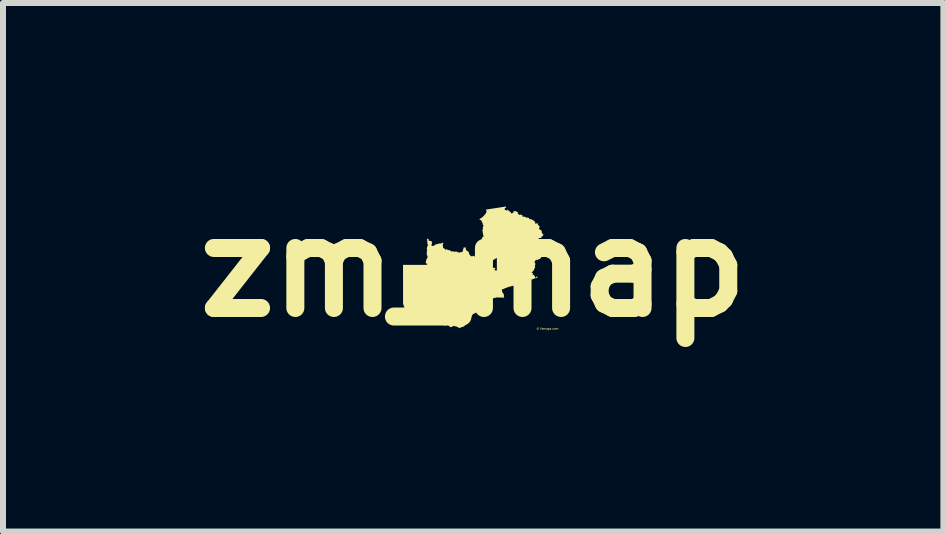
<source format=kicad_pcb>
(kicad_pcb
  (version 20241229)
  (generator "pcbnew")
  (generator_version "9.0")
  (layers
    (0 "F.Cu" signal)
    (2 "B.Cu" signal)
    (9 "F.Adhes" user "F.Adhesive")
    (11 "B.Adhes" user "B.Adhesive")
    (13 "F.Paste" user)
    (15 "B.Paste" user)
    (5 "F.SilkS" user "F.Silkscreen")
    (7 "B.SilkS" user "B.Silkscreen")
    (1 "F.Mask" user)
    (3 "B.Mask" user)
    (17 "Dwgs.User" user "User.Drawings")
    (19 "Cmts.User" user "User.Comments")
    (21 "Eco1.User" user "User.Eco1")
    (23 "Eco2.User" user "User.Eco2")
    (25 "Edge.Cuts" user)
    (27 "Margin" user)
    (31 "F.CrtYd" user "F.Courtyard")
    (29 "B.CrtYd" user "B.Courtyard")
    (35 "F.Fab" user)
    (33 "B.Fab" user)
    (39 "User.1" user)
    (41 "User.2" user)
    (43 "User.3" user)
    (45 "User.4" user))
  (footprint "zm_map"
    (layer "F.Cu")
    (at 4.836 1.404)
    (property "Reference" "zm_map" (at 0 0 0) (layer "F.SilkS") (effects (font (size 1.5 1.5) (thickness 0.3))))
    (attr board_only exclude_from_pos_files exclude_from_bom)
    (fp_poly (pts (xy 1.309 1.036) (xy 1.311 1.037) (xy 1.311 1.039) (xy 1.31 1.041) (xy 1.309 1.041) (xy 1.308 1.042) (xy 1.307 1.042) (xy 1.306 1.041) (xy 1.305 1.039) (xy 1.306 1.037) (xy 1.307 1.036)) (stroke (width 0) (type solid)) (fill yes) (layer "F.SilkS"))
    (fp_poly (pts (xy 1.081 1.012) (xy 1.083 1.013) (xy 1.085 1.015) (xy 1.085 1.017) (xy 1.084 1.019) (xy 1.083 1.019) (xy 1.081 1.018) (xy 1.081 1.017) (xy 1.079 1.016) (xy 1.077 1.015) (xy 1.074 1.015) (xy 1.073 1.016) (xy 1.073 1.017) (xy 1.072 1.019) (xy 1.072 1.023) (xy 1.072 1.026) (xy 1.073 1.028) (xy 1.073 1.029) (xy 1.076 1.03) (xy 1.079 1.029) (xy 1.08 1.027) (xy 1.081 1.027) (xy 1.082 1.025) (xy 1.084 1.025) (xy 1.085 1.026) (xy 1.085 1.027) (xy 1.084 1.03) (xy 1.082 1.032) (xy 1.079 1.034) (xy 1.075 1.034) (xy 1.072 1.033) (xy 1.071 1.033) (xy 1.069 1.03) (xy 1.067 1.026) (xy 1.067 1.021) (xy 1.068 1.017) (xy 1.07 1.014) (xy 1.07 1.013) (xy 1.074 1.012) (xy 1.078 1.011)) (stroke (width 0) (type solid)) (fill yes) (layer "F.SilkS"))
    (fp_poly (pts (xy 1.36 1.013) (xy 1.363 1.014) (xy 1.367 1.017) (xy 1.37 1.021) (xy 1.371 1.026) (xy 1.371 1.031) (xy 1.369 1.036) (xy 1.366 1.039) (xy 1.362 1.041) (xy 1.357 1.042) (xy 1.353 1.041) (xy 1.35 1.039) (xy 1.348 1.036) (xy 1.346 1.032) (xy 1.345 1.03) (xy 1.345 1.026) (xy 1.351 1.026) (xy 1.351 1.03) (xy 1.352 1.033) (xy 1.353 1.035) (xy 1.356 1.037) (xy 1.359 1.037) (xy 1.362 1.036) (xy 1.363 1.035) (xy 1.365 1.032) (xy 1.365 1.029) (xy 1.365 1.025) (xy 1.364 1.021) (xy 1.363 1.019) (xy 1.36 1.017) (xy 1.357 1.017) (xy 1.353 1.019) (xy 1.353 1.019) (xy 1.352 1.022) (xy 1.351 1.026) (xy 1.345 1.026) (xy 1.345 1.025) (xy 1.347 1.02) (xy 1.35 1.016) (xy 1.354 1.013) (xy 1.355 1.013) (xy 1.358 1.012)) (stroke (width 0) (type solid)) (fill yes) (layer "F.SilkS"))
    (fp_poly (pts (xy 1.082 1.004) (xy 1.087 1.006) (xy 1.091 1.01) (xy 1.093 1.014) (xy 1.095 1.02) (xy 1.095 1.022) (xy 1.094 1.028) (xy 1.092 1.033) (xy 1.088 1.037) (xy 1.084 1.04) (xy 1.079 1.042) (xy 1.073 1.042) (xy 1.069 1.04) (xy 1.065 1.037) (xy 1.061 1.033) (xy 1.059 1.027) (xy 1.059 1.022) (xy 1.062 1.022) (xy 1.063 1.027) (xy 1.064 1.031) (xy 1.067 1.034) (xy 1.071 1.037) (xy 1.075 1.038) (xy 1.08 1.038) (xy 1.084 1.036) (xy 1.087 1.034) (xy 1.09 1.03) (xy 1.091 1.025) (xy 1.091 1.02) (xy 1.09 1.015) (xy 1.087 1.011) (xy 1.084 1.009) (xy 1.08 1.007) (xy 1.075 1.007) (xy 1.07 1.008) (xy 1.068 1.01) (xy 1.065 1.013) (xy 1.063 1.018) (xy 1.062 1.022) (xy 1.059 1.022) (xy 1.058 1.022) (xy 1.059 1.016) (xy 1.062 1.011) (xy 1.063 1.01) (xy 1.067 1.006) (xy 1.072 1.004) (xy 1.077 1.003)) (stroke (width 0) (type solid)) (fill yes) (layer "F.SilkS"))
    (fp_poly (pts (xy 1.333 1.013) (xy 1.337 1.015) (xy 1.339 1.017) (xy 1.341 1.019) (xy 1.341 1.021) (xy 1.341 1.022) (xy 1.339 1.023) (xy 1.339 1.023) (xy 1.337 1.023) (xy 1.336 1.022) (xy 1.335 1.02) (xy 1.333 1.018) (xy 1.331 1.017) (xy 1.33 1.017) (xy 1.328 1.018) (xy 1.326 1.019) (xy 1.326 1.019) (xy 1.324 1.022) (xy 1.323 1.026) (xy 1.323 1.03) (xy 1.324 1.033) (xy 1.326 1.036) (xy 1.329 1.037) (xy 1.33 1.037) (xy 1.333 1.037) (xy 1.335 1.035) (xy 1.336 1.034) (xy 1.336 1.034) (xy 1.337 1.032) (xy 1.339 1.032) (xy 1.341 1.033) (xy 1.341 1.034) (xy 1.34 1.037) (xy 1.339 1.038) (xy 1.335 1.041) (xy 1.331 1.042) (xy 1.326 1.041) (xy 1.326 1.041) (xy 1.322 1.039) (xy 1.319 1.035) (xy 1.318 1.03) (xy 1.318 1.025) (xy 1.319 1.021) (xy 1.321 1.017) (xy 1.324 1.015) (xy 1.328 1.013) (xy 1.332 1.013)) (stroke (width 0) (type solid)) (fill yes) (layer "F.SilkS"))
    (fp_poly (pts (xy 1.161 1.013) (xy 1.165 1.016) (xy 1.168 1.02) (xy 1.169 1.024) (xy 1.169 1.026) (xy 1.169 1.029) (xy 1.159 1.029) (xy 1.155 1.029) (xy 1.152 1.029) (xy 1.151 1.029) (xy 1.15 1.03) (xy 1.15 1.031) (xy 1.151 1.031) (xy 1.152 1.034) (xy 1.155 1.036) (xy 1.159 1.037) (xy 1.162 1.036) (xy 1.163 1.035) (xy 1.165 1.034) (xy 1.167 1.035) (xy 1.168 1.036) (xy 1.168 1.036) (xy 1.167 1.038) (xy 1.165 1.04) (xy 1.161 1.041) (xy 1.158 1.042) (xy 1.154 1.041) (xy 1.152 1.041) (xy 1.149 1.038) (xy 1.146 1.034) (xy 1.145 1.029) (xy 1.145 1.028) (xy 1.146 1.024) (xy 1.15 1.024) (xy 1.157 1.024) (xy 1.161 1.024) (xy 1.163 1.024) (xy 1.163 1.023) (xy 1.163 1.022) (xy 1.163 1.022) (xy 1.161 1.019) (xy 1.159 1.017) (xy 1.156 1.017) (xy 1.153 1.019) (xy 1.151 1.021) (xy 1.15 1.024) (xy 1.146 1.024) (xy 1.146 1.022) (xy 1.148 1.018) (xy 1.151 1.014) (xy 1.155 1.013) (xy 1.157 1.013)) (stroke (width 0) (type solid)) (fill yes) (layer "F.SilkS"))
    (fp_poly (pts (xy 1.265 1.013) (xy 1.268 1.015) (xy 1.27 1.018) (xy 1.271 1.022) (xy 1.272 1.027) (xy 1.272 1.031) (xy 1.271 1.035) (xy 1.271 1.036) (xy 1.268 1.039) (xy 1.264 1.041) (xy 1.259 1.042) (xy 1.256 1.041) (xy 1.255 1.04) (xy 1.254 1.041) (xy 1.254 1.043) (xy 1.254 1.046) (xy 1.254 1.052) (xy 1.251 1.052) (xy 1.248 1.052) (xy 1.248 1.033) (xy 1.248 1.027) (xy 1.254 1.027) (xy 1.254 1.031) (xy 1.254 1.034) (xy 1.255 1.035) (xy 1.256 1.036) (xy 1.259 1.037) (xy 1.262 1.036) (xy 1.265 1.035) (xy 1.266 1.032) (xy 1.267 1.029) (xy 1.267 1.025) (xy 1.266 1.022) (xy 1.266 1.021) (xy 1.263 1.018) (xy 1.26 1.017) (xy 1.257 1.018) (xy 1.257 1.018) (xy 1.255 1.019) (xy 1.255 1.02) (xy 1.254 1.021) (xy 1.254 1.024) (xy 1.254 1.027) (xy 1.248 1.027) (xy 1.248 1.013) (xy 1.25 1.013) (xy 1.252 1.013) (xy 1.253 1.014) (xy 1.254 1.014) (xy 1.257 1.014) (xy 1.257 1.013) (xy 1.261 1.012)) (stroke (width 0) (type solid)) (fill yes) (layer "F.SilkS"))
    (fp_poly (pts (xy 1.293 1.014) (xy 1.296 1.016) (xy 1.298 1.018) (xy 1.299 1.02) (xy 1.298 1.022) (xy 1.297 1.022) (xy 1.294 1.021) (xy 1.293 1.02) (xy 1.29 1.018) (xy 1.288 1.017) (xy 1.285 1.018) (xy 1.284 1.019) (xy 1.283 1.02) (xy 1.284 1.022) (xy 1.287 1.024) (xy 1.29 1.025) (xy 1.294 1.026) (xy 1.297 1.028) (xy 1.299 1.031) (xy 1.299 1.034) (xy 1.298 1.037) (xy 1.295 1.04) (xy 1.291 1.042) (xy 1.287 1.042) (xy 1.282 1.041) (xy 1.282 1.041) (xy 1.28 1.039) (xy 1.278 1.037) (xy 1.277 1.035) (xy 1.277 1.033) (xy 1.279 1.032) (xy 1.28 1.032) (xy 1.281 1.032) (xy 1.282 1.033) (xy 1.283 1.035) (xy 1.285 1.036) (xy 1.288 1.037) (xy 1.291 1.037) (xy 1.293 1.036) (xy 1.293 1.035) (xy 1.294 1.033) (xy 1.293 1.032) (xy 1.29 1.03) (xy 1.287 1.029) (xy 1.283 1.027) (xy 1.28 1.025) (xy 1.278 1.022) (xy 1.278 1.02) (xy 1.279 1.017) (xy 1.282 1.014) (xy 1.285 1.013) (xy 1.289 1.013)) (stroke (width 0) (type solid)) (fill yes) (layer "F.SilkS"))
    (fp_poly (pts (xy 1.115 1.003) (xy 1.116 1.004) (xy 1.117 1.005) (xy 1.118 1.007) (xy 1.119 1.01) (xy 1.121 1.015) (xy 1.121 1.017) (xy 1.123 1.023) (xy 1.125 1.027) (xy 1.126 1.03) (xy 1.127 1.032) (xy 1.127 1.033) (xy 1.127 1.033) (xy 1.128 1.033) (xy 1.128 1.032) (xy 1.128 1.031) (xy 1.129 1.028) (xy 1.131 1.024) (xy 1.132 1.019) (xy 1.133 1.017) (xy 1.135 1.012) (xy 1.136 1.008) (xy 1.137 1.006) (xy 1.138 1.004) (xy 1.139 1.003) (xy 1.14 1.003) (xy 1.142 1.003) (xy 1.143 1.004) (xy 1.143 1.006) (xy 1.142 1.008) (xy 1.14 1.012) (xy 1.139 1.017) (xy 1.136 1.023) (xy 1.136 1.023) (xy 1.134 1.029) (xy 1.132 1.034) (xy 1.131 1.037) (xy 1.13 1.039) (xy 1.129 1.04) (xy 1.128 1.041) (xy 1.127 1.041) (xy 1.125 1.041) (xy 1.125 1.04) (xy 1.124 1.039) (xy 1.123 1.037) (xy 1.122 1.033) (xy 1.12 1.028) (xy 1.118 1.023) (xy 1.116 1.018) (xy 1.115 1.013) (xy 1.113 1.009) (xy 1.112 1.006) (xy 1.111 1.004) (xy 1.111 1.003) (xy 1.112 1.003) (xy 1.114 1.003)) (stroke (width 0) (type solid)) (fill yes) (layer "F.SilkS"))
    (fp_poly (pts (xy 1.191 1.013) (xy 1.193 1.015) (xy 1.194 1.015) (xy 1.196 1.015) (xy 1.199 1.014) (xy 1.203 1.013) (xy 1.207 1.013) (xy 1.211 1.015) (xy 1.211 1.016) (xy 1.212 1.017) (xy 1.212 1.018) (xy 1.213 1.02) (xy 1.213 1.023) (xy 1.213 1.028) (xy 1.213 1.03) (xy 1.213 1.041) (xy 1.211 1.041) (xy 1.208 1.041) (xy 1.208 1.031) (xy 1.208 1.026) (xy 1.208 1.022) (xy 1.207 1.02) (xy 1.207 1.019) (xy 1.206 1.019) (xy 1.204 1.017) (xy 1.201 1.017) (xy 1.198 1.019) (xy 1.197 1.02) (xy 1.197 1.022) (xy 1.196 1.024) (xy 1.196 1.028) (xy 1.196 1.031) (xy 1.196 1.041) (xy 1.194 1.041) (xy 1.192 1.041) (xy 1.192 1.041) (xy 1.191 1.039) (xy 1.191 1.037) (xy 1.191 1.033) (xy 1.191 1.031) (xy 1.191 1.025) (xy 1.19 1.021) (xy 1.189 1.019) (xy 1.187 1.017) (xy 1.185 1.017) (xy 1.183 1.017) (xy 1.181 1.019) (xy 1.18 1.021) (xy 1.179 1.024) (xy 1.179 1.03) (xy 1.179 1.031) (xy 1.179 1.041) (xy 1.177 1.041) (xy 1.174 1.041) (xy 1.174 1.027) (xy 1.174 1.013) (xy 1.177 1.013) (xy 1.178 1.013) (xy 1.179 1.014) (xy 1.18 1.014) (xy 1.182 1.014) (xy 1.183 1.013) (xy 1.187 1.013)) (stroke (width 0) (type solid)) (fill yes) (layer "F.SilkS"))
    (fp_poly (pts (xy 1.233 1.013) (xy 1.236 1.013) (xy 1.238 1.015) (xy 1.24 1.017) (xy 1.241 1.021) (xy 1.242 1.026) (xy 1.242 1.032) (xy 1.242 1.036) (xy 1.242 1.039) (xy 1.242 1.04) (xy 1.241 1.041) (xy 1.24 1.041) (xy 1.24 1.041) (xy 1.238 1.041) (xy 1.237 1.04) (xy 1.235 1.04) (xy 1.233 1.041) (xy 1.229 1.042) (xy 1.225 1.041) (xy 1.224 1.041) (xy 1.221 1.039) (xy 1.22 1.036) (xy 1.219 1.033) (xy 1.224 1.033) (xy 1.225 1.034) (xy 1.226 1.036) (xy 1.229 1.037) (xy 1.229 1.037) (xy 1.232 1.037) (xy 1.234 1.035) (xy 1.236 1.033) (xy 1.236 1.031) (xy 1.236 1.029) (xy 1.235 1.028) (xy 1.233 1.028) (xy 1.232 1.028) (xy 1.228 1.029) (xy 1.226 1.03) (xy 1.224 1.032) (xy 1.224 1.033) (xy 1.219 1.033) (xy 1.219 1.032) (xy 1.22 1.029) (xy 1.222 1.027) (xy 1.226 1.025) (xy 1.23 1.024) (xy 1.232 1.024) (xy 1.235 1.024) (xy 1.236 1.023) (xy 1.236 1.022) (xy 1.236 1.022) (xy 1.235 1.019) (xy 1.233 1.018) (xy 1.23 1.017) (xy 1.228 1.018) (xy 1.226 1.019) (xy 1.224 1.021) (xy 1.222 1.021) (xy 1.22 1.02) (xy 1.22 1.019) (xy 1.221 1.017) (xy 1.223 1.015) (xy 1.226 1.013) (xy 1.229 1.013)) (stroke (width 0) (type solid)) (fill yes) (layer "F.SilkS"))
    (fp_poly (pts (xy 1.409 1.013) (xy 1.409 1.013) (xy 1.412 1.014) (xy 1.414 1.016) (xy 1.414 1.016) (xy 1.415 1.018) (xy 1.415 1.022) (xy 1.416 1.026) (xy 1.416 1.03) (xy 1.416 1.041) (xy 1.413 1.041) (xy 1.41 1.041) (xy 1.41 1.03) (xy 1.41 1.025) (xy 1.41 1.022) (xy 1.41 1.02) (xy 1.409 1.019) (xy 1.408 1.018) (xy 1.408 1.018) (xy 1.404 1.017) (xy 1.401 1.018) (xy 1.399 1.02) (xy 1.399 1.021) (xy 1.399 1.023) (xy 1.398 1.026) (xy 1.398 1.031) (xy 1.398 1.032) (xy 1.398 1.036) (xy 1.398 1.039) (xy 1.398 1.04) (xy 1.397 1.041) (xy 1.396 1.041) (xy 1.396 1.041) (xy 1.393 1.041) (xy 1.393 1.031) (xy 1.393 1.026) (xy 1.393 1.022) (xy 1.392 1.02) (xy 1.392 1.019) (xy 1.391 1.019) (xy 1.389 1.017) (xy 1.386 1.017) (xy 1.383 1.019) (xy 1.382 1.02) (xy 1.382 1.022) (xy 1.381 1.024) (xy 1.381 1.028) (xy 1.381 1.031) (xy 1.381 1.041) (xy 1.379 1.041) (xy 1.376 1.041) (xy 1.376 1.027) (xy 1.376 1.013) (xy 1.379 1.013) (xy 1.38 1.013) (xy 1.381 1.014) (xy 1.382 1.014) (xy 1.384 1.014) (xy 1.385 1.013) (xy 1.389 1.012) (xy 1.393 1.013) (xy 1.395 1.015) (xy 1.396 1.015) (xy 1.398 1.015) (xy 1.4 1.014) (xy 1.401 1.014) (xy 1.404 1.013) (xy 1.406 1.012)) (stroke (width 0) (type solid)) (fill yes) (layer "F.SilkS"))
    (fp_poly (pts (xy 0.548 -1.012) (xy 0.548 -1.01) (xy 0.548 -1.008) (xy 0.548 -1.003) (xy 0.548 -0.999) (xy 0.547 -0.997) (xy 0.546 -0.996) (xy 0.545 -0.995) (xy 0.543 -0.994) (xy 0.542 -0.994) (xy 0.536 -0.99) (xy 0.531 -0.986) (xy 0.527 -0.98) (xy 0.524 -0.974) (xy 0.524 -0.969) (xy 0.524 -0.965) (xy 0.525 -0.963) (xy 0.526 -0.962) (xy 0.529 -0.959) (xy 0.529 -0.957) (xy 0.53 -0.955) (xy 0.532 -0.954) (xy 0.535 -0.954) (xy 0.538 -0.955) (xy 0.542 -0.956) (xy 0.544 -0.957) (xy 0.546 -0.957) (xy 0.547 -0.956) (xy 0.548 -0.956) (xy 0.549 -0.954) (xy 0.549 -0.951) (xy 0.547 -0.947) (xy 0.545 -0.944) (xy 0.544 -0.943) (xy 0.542 -0.941) (xy 0.541 -0.94) (xy 0.542 -0.94) (xy 0.543 -0.94) (xy 0.546 -0.941) (xy 0.551 -0.943) (xy 0.555 -0.945) (xy 0.559 -0.948) (xy 0.561 -0.95) (xy 0.563 -0.952) (xy 0.564 -0.954) (xy 0.565 -0.954) (xy 0.564 -0.955) (xy 0.563 -0.955) (xy 0.561 -0.956) (xy 0.561 -0.958) (xy 0.562 -0.959) (xy 0.562 -0.96) (xy 0.563 -0.96) (xy 0.565 -0.96) (xy 0.567 -0.96) (xy 0.572 -0.96) (xy 0.572 -0.956) (xy 0.572 -0.953) (xy 0.572 -0.952) (xy 0.574 -0.951) (xy 0.575 -0.951) (xy 0.577 -0.95) (xy 0.579 -0.948) (xy 0.58 -0.946) (xy 0.582 -0.945) (xy 0.584 -0.945) (xy 0.587 -0.945) (xy 0.59 -0.945) (xy 0.592 -0.944) (xy 0.594 -0.943) (xy 0.595 -0.942) (xy 0.598 -0.939) (xy 0.601 -0.936) (xy 0.602 -0.935) (xy 0.605 -0.933) (xy 0.608 -0.93) (xy 0.612 -0.927) (xy 0.612 -0.927) (xy 0.615 -0.924) (xy 0.618 -0.919) (xy 0.623 -0.915) (xy 0.627 -0.91) (xy 0.628 -0.91) (xy 0.631 -0.906) (xy 0.634 -0.902) (xy 0.637 -0.899) (xy 0.638 -0.898) (xy 0.638 -0.897) (xy 0.64 -0.896) (xy 0.643 -0.896) (xy 0.647 -0.898) (xy 0.65 -0.899) (xy 0.653 -0.901) (xy 0.655 -0.903) (xy 0.655 -0.905) (xy 0.655 -0.905) (xy 0.656 -0.907) (xy 0.657 -0.908) (xy 0.658 -0.909) (xy 0.66 -0.911) (xy 0.66 -0.911) (xy 0.662 -0.913) (xy 0.664 -0.914) (xy 0.665 -0.913) (xy 0.665 -0.912) (xy 0.667 -0.91) (xy 0.668 -0.908) (xy 0.67 -0.907) (xy 0.671 -0.907) (xy 0.672 -0.908) (xy 0.673 -0.912) (xy 0.674 -0.917) (xy 0.673 -0.921) (xy 0.672 -0.924) (xy 0.672 -0.926) (xy 0.673 -0.927) (xy 0.674 -0.931) (xy 0.673 -0.933) (xy 0.671 -0.935) (xy 0.668 -0.936) (xy 0.668 -0.938) (xy 0.669 -0.939) (xy 0.672 -0.94) (xy 0.674 -0.94) (xy 0.676 -0.939) (xy 0.679 -0.937) (xy 0.68 -0.936) (xy 0.683 -0.933) (xy 0.685 -0.932) (xy 0.686 -0.932) (xy 0.687 -0.932) (xy 0.69 -0.933) (xy 0.693 -0.934) (xy 0.697 -0.936) (xy 0.701 -0.937) (xy 0.703 -0.938) (xy 0.703 -0.938) (xy 0.706 -0.938) (xy 0.707 -0.937) (xy 0.708 -0.935) (xy 0.709 -0.932) (xy 0.711 -0.931) (xy 0.715 -0.93) (xy 0.715 -0.93) (xy 0.719 -0.93) (xy 0.722 -0.928) (xy 0.726 -0.926) (xy 0.727 -0.924) (xy 0.731 -0.921) (xy 0.734 -0.92) (xy 0.738 -0.919) (xy 0.741 -0.917) (xy 0.742 -0.914) (xy 0.743 -0.911) (xy 0.744 -0.905) (xy 0.744 -0.905) (xy 0.745 -0.9) (xy 0.745 -0.896) (xy 0.747 -0.893) (xy 0.749 -0.89) (xy 0.751 -0.887) (xy 0.756 -0.884) (xy 0.76 -0.88) (xy 0.765 -0.876) (xy 0.769 -0.874) (xy 0.772 -0.872) (xy 0.775 -0.872) (xy 0.779 -0.873) (xy 0.782 -0.874) (xy 0.783 -0.875) (xy 0.787 -0.876) (xy 0.79 -0.877) (xy 0.792 -0.877) (xy 0.795 -0.876) (xy 0.798 -0.875) (xy 0.802 -0.874) (xy 0.807 -0.873) (xy 0.812 -0.872) (xy 0.816 -0.871) (xy 0.819 -0.87) (xy 0.821 -0.869) (xy 0.822 -0.869) (xy 0.822 -0.868) (xy 0.821 -0.865) (xy 0.82 -0.864) (xy 0.818 -0.859) (xy 0.818 -0.853) (xy 0.82 -0.847) (xy 0.822 -0.844) (xy 0.824 -0.843) (xy 0.826 -0.842) (xy 0.829 -0.841) (xy 0.831 -0.841) (xy 0.834 -0.842) (xy 0.835 -0.843) (xy 0.839 -0.845) (xy 0.843 -0.846) (xy 0.846 -0.845) (xy 0.849 -0.844) (xy 0.853 -0.842) (xy 0.858 -0.842) (xy 0.861 -0.842) (xy 0.863 -0.842) (xy 0.864 -0.841) (xy 0.867 -0.839) (xy 0.869 -0.837) (xy 0.872 -0.834) (xy 0.875 -0.831) (xy 0.877 -0.83) (xy 0.88 -0.829) (xy 0.884 -0.828) (xy 0.889 -0.828) (xy 0.895 -0.828) (xy 0.897 -0.828) (xy 0.906 -0.828) (xy 0.912 -0.827) (xy 0.918 -0.826) (xy 0.922 -0.825) (xy 0.925 -0.822) (xy 0.928 -0.819) (xy 0.93 -0.815) (xy 0.932 -0.812) (xy 0.934 -0.808) (xy 0.936 -0.805) (xy 0.937 -0.804) (xy 0.94 -0.803) (xy 0.944 -0.803) (xy 0.949 -0.802) (xy 0.954 -0.801) (xy 0.96 -0.8) (xy 0.965 -0.799) (xy 0.969 -0.798) (xy 0.972 -0.798) (xy 0.972 -0.798) (xy 0.977 -0.797) (xy 0.981 -0.795) (xy 0.984 -0.79) (xy 0.984 -0.79) (xy 0.985 -0.788) (xy 0.987 -0.787) (xy 0.988 -0.787) (xy 0.991 -0.786) (xy 0.994 -0.785) (xy 0.996 -0.784) (xy 0.999 -0.782) (xy 1.003 -0.78) (xy 1.008 -0.778) (xy 1.009 -0.777) (xy 1.019 -0.774) (xy 1.019 -0.767) (xy 1.02 -0.762) (xy 1.02 -0.759) (xy 1.021 -0.758) (xy 1.023 -0.757) (xy 1.024 -0.758) (xy 1.027 -0.757) (xy 1.03 -0.756) (xy 1.03 -0.756) (xy 1.032 -0.753) (xy 1.033 -0.751) (xy 1.033 -0.748) (xy 1.032 -0.743) (xy 1.031 -0.741) (xy 1.031 -0.736) (xy 1.031 -0.732) (xy 1.032 -0.729) (xy 1.034 -0.728) (xy 1.036 -0.728) (xy 1.037 -0.729) (xy 1.041 -0.73) (xy 1.043 -0.73) (xy 1.045 -0.728) (xy 1.045 -0.727) (xy 1.046 -0.724) (xy 1.047 -0.723) (xy 1.047 -0.723) (xy 1.049 -0.722) (xy 1.051 -0.723) (xy 1.052 -0.726) (xy 1.052 -0.728) (xy 1.053 -0.732) (xy 1.054 -0.735) (xy 1.055 -0.736) (xy 1.057 -0.735) (xy 1.057 -0.735) (xy 1.059 -0.734) (xy 1.063 -0.734) (xy 1.065 -0.734) (xy 1.07 -0.733) (xy 1.073 -0.731) (xy 1.075 -0.728) (xy 1.076 -0.725) (xy 1.078 -0.722) (xy 1.078 -0.72) (xy 1.077 -0.718) (xy 1.076 -0.714) (xy 1.076 -0.711) (xy 1.078 -0.709) (xy 1.081 -0.706) (xy 1.084 -0.704) (xy 1.086 -0.701) (xy 1.087 -0.699) (xy 1.09 -0.694) (xy 1.095 -0.691) (xy 1.098 -0.69) (xy 1.101 -0.689) (xy 1.102 -0.687) (xy 1.104 -0.685) (xy 1.105 -0.683) (xy 1.107 -0.678) (xy 1.107 -0.674) (xy 1.106 -0.67) (xy 1.104 -0.665) (xy 1.104 -0.664) (xy 1.1 -0.657) (xy 1.097 -0.65) (xy 1.096 -0.644) (xy 1.096 -0.643) (xy 1.096 -0.64) (xy 1.097 -0.638) (xy 1.098 -0.637) (xy 1.101 -0.635) (xy 1.105 -0.633) (xy 1.107 -0.632) (xy 1.115 -0.627) (xy 1.12 -0.624) (xy 1.123 -0.621) (xy 1.126 -0.619) (xy 1.128 -0.618) (xy 1.128 -0.618) (xy 1.13 -0.617) (xy 1.132 -0.615) (xy 1.135 -0.612) (xy 1.136 -0.611) (xy 1.142 -0.606) (xy 1.141 -0.594) (xy 1.141 -0.589) (xy 1.141 -0.586) (xy 1.142 -0.583) (xy 1.142 -0.581) (xy 1.143 -0.578) (xy 1.144 -0.576) (xy 1.147 -0.572) (xy 1.149 -0.568) (xy 1.151 -0.565) (xy 1.152 -0.565) (xy 1.154 -0.562) (xy 1.157 -0.558) (xy 1.157 -0.556) (xy 1.16 -0.552) (xy 1.162 -0.549) (xy 1.165 -0.548) (xy 1.166 -0.548) (xy 1.167 -0.548) (xy 1.168 -0.547) (xy 1.168 -0.545) (xy 1.168 -0.542) (xy 1.169 -0.541) (xy 1.169 -0.537) (xy 1.168 -0.534) (xy 1.167 -0.531) (xy 1.164 -0.528) (xy 1.16 -0.525) (xy 1.158 -0.523) (xy 1.154 -0.521) (xy 1.151 -0.518) (xy 1.147 -0.515) (xy 1.144 -0.512) (xy 1.142 -0.509) (xy 1.14 -0.507) (xy 1.14 -0.507) (xy 1.14 -0.505) (xy 1.139 -0.503) (xy 1.138 -0.501) (xy 1.135 -0.497) (xy 1.133 -0.495) (xy 1.132 -0.494) (xy 1.129 -0.492) (xy 1.126 -0.49) (xy 1.126 -0.49) (xy 1.124 -0.489) (xy 1.122 -0.488) (xy 1.119 -0.488) (xy 1.116 -0.488) (xy 1.111 -0.489) (xy 1.105 -0.488) (xy 1.1 -0.486) (xy 1.097 -0.484) (xy 1.096 -0.483) (xy 1.094 -0.481) (xy 1.092 -0.478) (xy 1.09 -0.476) (xy 1.087 -0.476) (xy 1.087 -0.476) (xy 1.084 -0.476) (xy 1.083 -0.475) (xy 1.082 -0.474) (xy 1.081 -0.472) (xy 1.082 -0.47) (xy 1.085 -0.469) (xy 1.086 -0.469) (xy 1.088 -0.468) (xy 1.09 -0.467) (xy 1.091 -0.465) (xy 1.092 -0.462) (xy 1.093 -0.457) (xy 1.093 -0.455) (xy 1.095 -0.446) (xy 1.097 -0.439) (xy 1.101 -0.432) (xy 1.103 -0.431) (xy 1.106 -0.427) (xy 1.108 -0.423) (xy 1.11 -0.421) (xy 1.112 -0.418) (xy 1.112 -0.416) (xy 1.112 -0.414) (xy 1.112 -0.412) (xy 1.111 -0.411) (xy 1.11 -0.408) (xy 1.108 -0.404) (xy 1.106 -0.4) (xy 1.103 -0.395) (xy 1.102 -0.393) (xy 1.098 -0.387) (xy 1.096 -0.383) (xy 1.095 -0.38) (xy 1.095 -0.379) (xy 1.094 -0.377) (xy 1.093 -0.376) (xy 1.091 -0.374) (xy 1.089 -0.373) (xy 1.089 -0.37) (xy 1.089 -0.368) (xy 1.089 -0.365) (xy 1.088 -0.363) (xy 1.086 -0.364) (xy 1.085 -0.365) (xy 1.083 -0.366) (xy 1.082 -0.366) (xy 1.082 -0.364) (xy 1.081 -0.361) (xy 1.081 -0.356) (xy 1.081 -0.354) (xy 1.081 -0.348) (xy 1.081 -0.345) (xy 1.081 -0.342) (xy 1.08 -0.34) (xy 1.079 -0.338) (xy 1.078 -0.335) (xy 1.078 -0.333) (xy 1.078 -0.333) (xy 1.08 -0.332) (xy 1.082 -0.332) (xy 1.085 -0.332) (xy 1.088 -0.331) (xy 1.09 -0.331) (xy 1.092 -0.33) (xy 1.094 -0.328) (xy 1.095 -0.326) (xy 1.095 -0.322) (xy 1.096 -0.316) (xy 1.096 -0.309) (xy 1.097 -0.302) (xy 1.097 -0.296) (xy 1.097 -0.291) (xy 1.097 -0.287) (xy 1.097 -0.285) (xy 1.096 -0.282) (xy 1.096 -0.28) (xy 1.095 -0.277) (xy 1.094 -0.275) (xy 1.095 -0.273) (xy 1.096 -0.271) (xy 1.097 -0.268) (xy 1.097 -0.265) (xy 1.097 -0.264) (xy 1.094 -0.252) (xy 1.09 -0.241) (xy 1.089 -0.239) (xy 1.087 -0.233) (xy 1.086 -0.228) (xy 1.085 -0.223) (xy 1.085 -0.216) (xy 1.089 -0.211) (xy 1.092 -0.208) (xy 1.094 -0.206) (xy 1.095 -0.203) (xy 1.096 -0.2) (xy 1.098 -0.196) (xy 1.098 -0.193) (xy 1.1 -0.186) (xy 1.103 -0.182) (xy 1.105 -0.178) (xy 1.108 -0.177) (xy 1.112 -0.176) (xy 1.116 -0.177) (xy 1.119 -0.178) (xy 1.123 -0.179) (xy 1.125 -0.18) (xy 1.127 -0.179) (xy 1.13 -0.179) (xy 1.131 -0.179) (xy 1.134 -0.178) (xy 1.137 -0.177) (xy 1.138 -0.177) (xy 1.139 -0.177) (xy 1.14 -0.175) (xy 1.14 -0.174) (xy 1.139 -0.17) (xy 1.137 -0.167) (xy 1.135 -0.167) (xy 1.133 -0.165) (xy 1.132 -0.163) (xy 1.13 -0.161) (xy 1.129 -0.161) (xy 1.128 -0.161) (xy 1.127 -0.159) (xy 1.127 -0.158) (xy 1.126 -0.155) (xy 1.125 -0.152) (xy 1.122 -0.151) (xy 1.122 -0.151) (xy 1.121 -0.15) (xy 1.119 -0.148) (xy 1.116 -0.146) (xy 1.114 -0.144) (xy 1.109 -0.139) (xy 1.106 -0.137) (xy 1.103 -0.135) (xy 1.1 -0.135) (xy 1.098 -0.136) (xy 1.092 -0.137) (xy 1.088 -0.137) (xy 1.085 -0.134) (xy 1.083 -0.131) (xy 1.079 -0.126) (xy 1.076 -0.123) (xy 1.073 -0.122) (xy 1.071 -0.12) (xy 1.071 -0.119) (xy 1.069 -0.118) (xy 1.067 -0.119) (xy 1.065 -0.121) (xy 1.065 -0.121) (xy 1.062 -0.124) (xy 1.059 -0.125) (xy 1.056 -0.124) (xy 1.054 -0.123) (xy 1.051 -0.121) (xy 1.049 -0.123) (xy 1.047 -0.125) (xy 1.046 -0.125) (xy 1.044 -0.124) (xy 1.043 -0.122) (xy 1.04 -0.119) (xy 1.038 -0.115) (xy 1.037 -0.114) (xy 1.035 -0.11) (xy 1.032 -0.105) (xy 1.03 -0.102) (xy 1.029 -0.101) (xy 1.026 -0.096) (xy 1.025 -0.093) (xy 1.024 -0.089) (xy 1.023 -0.085) (xy 1.024 -0.08) (xy 1.024 -0.076) (xy 1.025 -0.073) (xy 1.025 -0.071) (xy 1.026 -0.07) (xy 1.028 -0.069) (xy 1.031 -0.066) (xy 1.033 -0.064) (xy 1.035 -0.062) (xy 1.037 -0.06) (xy 1.037 -0.057) (xy 1.037 -0.056) (xy 1.037 -0.053) (xy 1.035 -0.049) (xy 1.034 -0.045) (xy 1.033 -0.042) (xy 1.031 -0.037) (xy 1.03 -0.032) (xy 1.029 -0.026) (xy 1.028 -0.012) (xy 1.031 -0.006) (xy 1.033 -0.002) (xy 1.034 0.001) (xy 1.034 0.002) (xy 1.034 0.003) (xy 1.033 0.004) (xy 1.031 0.005) (xy 1.03 0.005) (xy 1.027 0.007) (xy 1.024 0.01) (xy 1.021 0.015) (xy 1.019 0.021) (xy 1.017 0.029) (xy 1.016 0.033) (xy 1.014 0.04) (xy 1.012 0.045) (xy 1.011 0.048) (xy 1.009 0.051) (xy 1.007 0.052) (xy 1.004 0.054) (xy 1.001 0.055) (xy 0.999 0.057) (xy 0.998 0.06) (xy 0.998 0.064) (xy 0.997 0.067) (xy 0.995 0.07) (xy 0.992 0.071) (xy 0.991 0.071) (xy 0.988 0.072) (xy 0.985 0.073) (xy 0.984 0.075) (xy 0.981 0.077) (xy 0.978 0.078) (xy 0.976 0.078) (xy 0.974 0.078) (xy 0.971 0.078) (xy 0.969 0.078) (xy 0.968 0.079) (xy 0.968 0.08) (xy 0.968 0.083) (xy 0.969 0.086) (xy 0.971 0.088) (xy 0.972 0.089) (xy 0.974 0.09) (xy 0.977 0.09) (xy 0.979 0.09) (xy 0.983 0.091) (xy 0.987 0.092) (xy 0.99 0.095) (xy 0.993 0.099) (xy 0.996 0.103) (xy 0.997 0.106) (xy 0.996 0.108) (xy 0.994 0.11) (xy 0.993 0.11) (xy 0.99 0.112) (xy 0.988 0.113) (xy 0.987 0.115) (xy 0.987 0.117) (xy 0.987 0.118) (xy 0.988 0.12) (xy 0.991 0.121) (xy 0.994 0.122) (xy 0.999 0.123) (xy 1.001 0.124) (xy 1.004 0.125) (xy 1.007 0.126) (xy 1.009 0.129) (xy 1.012 0.132) (xy 1.015 0.136) (xy 1.018 0.138) (xy 1.019 0.141) (xy 1.02 0.143) (xy 1.021 0.147) (xy 1.022 0.15) (xy 1.023 0.151) (xy 1.024 0.151) (xy 1.027 0.151) (xy 1.028 0.152) (xy 1.029 0.154) (xy 1.029 0.158) (xy 1.03 0.161) (xy 1.03 0.166) (xy 1.03 0.168) (xy 1.03 0.17) (xy 1.031 0.172) (xy 1.032 0.172) (xy 1.034 0.174) (xy 1.036 0.175) (xy 1.036 0.175) (xy 1.037 0.174) (xy 1.039 0.172) (xy 1.042 0.169) (xy 1.042 0.168) (xy 1.045 0.165) (xy 1.047 0.162) (xy 1.049 0.161) (xy 1.052 0.16) (xy 1.052 0.159) (xy 1.056 0.158) (xy 1.058 0.156) (xy 1.059 0.154) (xy 1.061 0.152) (xy 1.062 0.151) (xy 1.062 0.151) (xy 1.064 0.151) (xy 1.064 0.151) (xy 1.065 0.152) (xy 1.066 0.154) (xy 1.068 0.156) (xy 1.07 0.16) (xy 1.072 0.163) (xy 1.073 0.165) (xy 1.074 0.167) (xy 1.075 0.168) (xy 1.075 0.169) (xy 1.074 0.169) (xy 1.071 0.17) (xy 1.067 0.171) (xy 1.061 0.173) (xy 1.054 0.176) (xy 1.046 0.179) (xy 1.036 0.182) (xy 1.026 0.185) (xy 1.016 0.189) (xy 1.004 0.193) (xy 0.992 0.197) (xy 0.98 0.201) (xy 0.968 0.206) (xy 0.956 0.21) (xy 0.944 0.214) (xy 0.932 0.218) (xy 0.921 0.222) (xy 0.913 0.224) (xy 0.907 0.227) (xy 0.901 0.229) (xy 0.895 0.231) (xy 0.89 0.232) (xy 0.889 0.233) (xy 0.884 0.234) (xy 0.879 0.236) (xy 0.874 0.237) (xy 0.874 0.237) (xy 0.865 0.239) (xy 0.858 0.241) (xy 0.851 0.243) (xy 0.85 0.244) (xy 0.847 0.245) (xy 0.843 0.247) (xy 0.838 0.249) (xy 0.832 0.251) (xy 0.824 0.254) (xy 0.816 0.256) (xy 0.807 0.259) (xy 0.805 0.26) (xy 0.795 0.263) (xy 0.787 0.266) (xy 0.78 0.269) (xy 0.775 0.271) (xy 0.77 0.273) (xy 0.765 0.274) (xy 0.761 0.276) (xy 0.757 0.278) (xy 0.753 0.28) (xy 0.75 0.282) (xy 0.744 0.285) (xy 0.738 0.288) (xy 0.732 0.291) (xy 0.727 0.293) (xy 0.724 0.294) (xy 0.722 0.295) (xy 0.717 0.296) (xy 0.712 0.297) (xy 0.705 0.299) (xy 0.697 0.301) (xy 0.689 0.303) (xy 0.68 0.305) (xy 0.672 0.308) (xy 0.664 0.309) (xy 0.656 0.311) (xy 0.649 0.313) (xy 0.643 0.314) (xy 0.642 0.314) (xy 0.63 0.317) (xy 0.619 0.32) (xy 0.609 0.322) (xy 0.599 0.325) (xy 0.589 0.328) (xy 0.578 0.332) (xy 0.566 0.336) (xy 0.565 0.337) (xy 0.551 0.342) (xy 0.538 0.347) (xy 0.526 0.352) (xy 0.516 0.357) (xy 0.516 0.357) (xy 0.509 0.36) (xy 0.504 0.362) (xy 0.501 0.364) (xy 0.497 0.365) (xy 0.495 0.366) (xy 0.492 0.366) (xy 0.488 0.367) (xy 0.488 0.367) (xy 0.484 0.367) (xy 0.481 0.368) (xy 0.479 0.368) (xy 0.478 0.368) (xy 0.478 0.369) (xy 0.478 0.372) (xy 0.479 0.376) (xy 0.479 0.381) (xy 0.479 0.381) (xy 0.48 0.389) (xy 0.481 0.395) (xy 0.482 0.403) (xy 0.484 0.407) (xy 0.486 0.414) (xy 0.488 0.42) (xy 0.49 0.424) (xy 0.492 0.428) (xy 0.494 0.43) (xy 0.497 0.433) (xy 0.498 0.433) (xy 0.502 0.436) (xy 0.505 0.44) (xy 0.507 0.444) (xy 0.508 0.449) (xy 0.509 0.456) (xy 0.509 0.461) (xy 0.51 0.465) (xy 0.511 0.467) (xy 0.511 0.468) (xy 0.513 0.47) (xy 0.513 0.473) (xy 0.512 0.477) (xy 0.511 0.479) (xy 0.509 0.483) (xy 0.508 0.486) (xy 0.509 0.489) (xy 0.511 0.492) (xy 0.512 0.492) (xy 0.514 0.495) (xy 0.516 0.498) (xy 0.517 0.5) (xy 0.517 0.502) (xy 0.516 0.503) (xy 0.515 0.504) (xy 0.512 0.505) (xy 0.508 0.506) (xy 0.505 0.508) (xy 0.503 0.508) (xy 0.503 0.508) (xy 0.501 0.508) (xy 0.498 0.507) (xy 0.495 0.506) (xy 0.49 0.504) (xy 0.486 0.503) (xy 0.484 0.504) (xy 0.483 0.504) (xy 0.481 0.506) (xy 0.479 0.507) (xy 0.477 0.508) (xy 0.475 0.507) (xy 0.473 0.506) (xy 0.472 0.506) (xy 0.467 0.503) (xy 0.461 0.502) (xy 0.455 0.503) (xy 0.449 0.504) (xy 0.442 0.505) (xy 0.435 0.506) (xy 0.428 0.505) (xy 0.421 0.504) (xy 0.414 0.502) (xy 0.408 0.501) (xy 0.404 0.5) (xy 0.4 0.501) (xy 0.396 0.502) (xy 0.395 0.502) (xy 0.391 0.504) (xy 0.388 0.505) (xy 0.387 0.505) (xy 0.385 0.505) (xy 0.382 0.506) (xy 0.378 0.507) (xy 0.377 0.508) (xy 0.372 0.509) (xy 0.368 0.51) (xy 0.364 0.51) (xy 0.359 0.51) (xy 0.355 0.51) (xy 0.348 0.509) (xy 0.343 0.513) (xy 0.341 0.515) (xy 0.339 0.517) (xy 0.336 0.518) (xy 0.333 0.518) (xy 0.329 0.519) (xy 0.324 0.52) (xy 0.324 0.52) (xy 0.321 0.52) (xy 0.319 0.52) (xy 0.316 0.521) (xy 0.312 0.523) (xy 0.308 0.525) (xy 0.302 0.527) (xy 0.295 0.53) (xy 0.287 0.534) (xy 0.281 0.537) (xy 0.277 0.539) (xy 0.273 0.541) (xy 0.271 0.543) (xy 0.269 0.545) (xy 0.266 0.547) (xy 0.262 0.55) (xy 0.26 0.551) (xy 0.255 0.554) (xy 0.251 0.558) (xy 0.247 0.564) (xy 0.245 0.566) (xy 0.244 0.568) (xy 0.241 0.569) (xy 0.238 0.57) (xy 0.233 0.57) (xy 0.233 0.57) (xy 0.229 0.57) (xy 0.225 0.571) (xy 0.224 0.571) (xy 0.221 0.573) (xy 0.218 0.576) (xy 0.214 0.58) (xy 0.211 0.584) (xy 0.208 0.588) (xy 0.207 0.59) (xy 0.206 0.592) (xy 0.207 0.594) (xy 0.208 0.595) (xy 0.208 0.597) (xy 0.209 0.599) (xy 0.208 0.601) (xy 0.208 0.604) (xy 0.207 0.605) (xy 0.206 0.611) (xy 0.205 0.616) (xy 0.205 0.619) (xy 0.205 0.622) (xy 0.205 0.623) (xy 0.206 0.624) (xy 0.206 0.626) (xy 0.207 0.628) (xy 0.206 0.63) (xy 0.206 0.633) (xy 0.204 0.637) (xy 0.202 0.643) (xy 0.204 0.649) (xy 0.205 0.654) (xy 0.206 0.658) (xy 0.205 0.661) (xy 0.204 0.665) (xy 0.203 0.666) (xy 0.201 0.67) (xy 0.2 0.673) (xy 0.2 0.674) (xy 0.2 0.676) (xy 0.198 0.678) (xy 0.196 0.681) (xy 0.193 0.684) (xy 0.19 0.687) (xy 0.181 0.697) (xy 0.173 0.697) (xy 0.169 0.698) (xy 0.165 0.698) (xy 0.161 0.7) (xy 0.156 0.701) (xy 0.151 0.704) (xy 0.145 0.706) (xy 0.139 0.708) (xy 0.131 0.711) (xy 0.124 0.714) (xy 0.116 0.717) (xy 0.114 0.718) (xy 0.105 0.721) (xy 0.099 0.724) (xy 0.093 0.727) (xy 0.088 0.729) (xy 0.084 0.732) (xy 0.08 0.735) (xy 0.075 0.738) (xy 0.07 0.742) (xy 0.069 0.744) (xy 0.065 0.746) (xy 0.062 0.749) (xy 0.06 0.75) (xy 0.057 0.752) (xy 0.054 0.754) (xy 0.05 0.756) (xy 0.045 0.758) (xy 0.039 0.761) (xy 0.034 0.763) (xy 0.024 0.767) (xy 0.017 0.77) (xy 0.011 0.773) (xy 0.006 0.776) (xy 0.002 0.778) (xy -0.001 0.78) (xy -0.003 0.782) (xy -0.006 0.784) (xy -0.006 0.784) (xy -0.007 0.786) (xy -0.01 0.79) (xy -0.013 0.794) (xy -0.017 0.8) (xy -0.021 0.806) (xy -0.025 0.811) (xy -0.029 0.817) (xy -0.032 0.823) (xy -0.035 0.827) (xy -0.037 0.831) (xy -0.038 0.834) (xy -0.039 0.834) (xy -0.04 0.836) (xy -0.041 0.84) (xy -0.042 0.845) (xy -0.042 0.845) (xy -0.044 0.851) (xy -0.046 0.856) (xy -0.048 0.861) (xy -0.051 0.865) (xy -0.056 0.87) (xy -0.061 0.875) (xy -0.061 0.876) (xy -0.072 0.886) (xy -0.082 0.896) (xy -0.09 0.904) (xy -0.099 0.913) (xy -0.105 0.919) (xy -0.109 0.924) (xy -0.115 0.93) (xy -0.12 0.935) (xy -0.125 0.94) (xy -0.126 0.942) (xy -0.136 0.952) (xy -0.136 0.959) (xy -0.136 0.966) (xy -0.141 0.972) (xy -0.145 0.977) (xy -0.15 0.981) (xy -0.154 0.985) (xy -0.157 0.988) (xy -0.159 0.988) (xy -0.161 0.989) (xy -0.165 0.99) (xy -0.168 0.991) (xy -0.174 0.992) (xy -0.178 0.994) (xy -0.183 0.996) (xy -0.186 0.996) (xy -0.189 0.996) (xy -0.194 0.998) (xy -0.199 1) (xy -0.203 1.002) (xy -0.207 1.003) (xy -0.21 1.004) (xy -0.211 1.005) (xy -0.215 1.006) (xy -0.219 1.008) (xy -0.219 1.008) (xy -0.221 1.011) (xy -0.224 1.012) (xy -0.225 1.012) (xy -0.226 1.012) (xy -0.23 1.012) (xy -0.233 1.011) (xy -0.234 1.01) (xy -0.239 1.009) (xy -0.243 1.007) (xy -0.246 1.004) (xy -0.247 1.003) (xy -0.251 1) (xy -0.254 0.998) (xy -0.257 0.997) (xy -0.259 0.997) (xy -0.263 0.996) (xy -0.267 0.994) (xy -0.272 0.991) (xy -0.276 0.99) (xy -0.28 0.988) (xy -0.283 0.986) (xy -0.286 0.985) (xy -0.289 0.985) (xy -0.292 0.985) (xy -0.294 0.984) (xy -0.299 0.984) (xy -0.303 0.983) (xy -0.304 0.983) (xy -0.306 0.982) (xy -0.31 0.981) (xy -0.312 0.981) (xy -0.315 0.98) (xy -0.318 0.979) (xy -0.319 0.977) (xy -0.321 0.975) (xy -0.323 0.974) (xy -0.325 0.975) (xy -0.328 0.977) (xy -0.331 0.979) (xy -0.335 0.981) (xy -0.339 0.983) (xy -0.339 0.983) (xy -0.343 0.984) (xy -0.345 0.985) (xy -0.346 0.986) (xy -0.346 0.988) (xy -0.346 0.989) (xy -0.347 0.99) (xy -0.35 0.99) (xy -0.351 0.99) (xy -0.354 0.991) (xy -0.355 0.992) (xy -0.356 0.992) (xy -0.357 0.993) (xy -0.358 0.993) (xy -0.36 0.993) (xy -0.363 0.995) (xy -0.365 0.996) (xy -0.371 0.998) (xy -0.377 0.998) (xy -0.384 0.996) (xy -0.387 0.995) (xy -0.39 0.993) (xy -0.393 0.991) (xy -0.394 0.99) (xy -0.396 0.987) (xy -0.396 0.985) (xy -0.395 0.983) (xy -0.394 0.982) (xy -0.393 0.982) (xy -0.394 0.981) (xy -0.395 0.98) (xy -0.397 0.978) (xy -0.399 0.977) (xy -0.4 0.977) (xy -0.404 0.974) (xy -0.407 0.972) (xy -0.409 0.969) (xy -0.413 0.966) (xy -0.418 0.964) (xy -0.421 0.963) (xy -0.424 0.962) (xy -0.426 0.961) (xy -0.429 0.959) (xy -0.432 0.959) (xy -0.437 0.96) (xy -0.439 0.962) (xy -0.444 0.963) (xy -0.448 0.964) (xy -0.452 0.965) (xy -0.455 0.966) (xy -0.458 0.967) (xy -0.459 0.968) (xy -0.461 0.968) (xy -0.464 0.968) (xy -0.468 0.968) (xy -0.472 0.968) (xy -0.477 0.968) (xy -0.481 0.967) (xy -0.485 0.967) (xy -0.487 0.966) (xy -0.489 0.966) (xy -0.492 0.965) (xy -0.494 0.965) (xy -0.497 0.965) (xy -0.499 0.964) (xy -0.502 0.963) (xy -0.505 0.961) (xy -0.509 0.958) (xy -0.513 0.955) (xy -0.515 0.952) (xy -0.516 0.952) (xy -0.519 0.949) (xy -0.522 0.948) (xy -0.523 0.948) (xy -0.526 0.947) (xy -0.529 0.945) (xy -0.532 0.942) (xy -0.534 0.94) (xy -0.534 0.938) (xy -0.535 0.936) (xy -0.536 0.934) (xy -0.538 0.933) (xy -0.539 0.933) (xy -0.54 0.933) (xy -0.541 0.933) (xy -0.543 0.932) (xy -0.544 0.931) (xy -0.546 0.929) (xy -0.547 0.927) (xy -0.547 0.927) (xy -0.548 0.925) (xy -0.549 0.922) (xy -0.552 0.92) (xy -0.554 0.919) (xy -0.554 0.919) (xy -0.557 0.918) (xy -0.558 0.916) (xy -0.559 0.913) (xy -0.559 0.913) (xy -0.558 0.911) (xy -0.559 0.911) (xy -0.561 0.911) (xy -0.561 0.911) (xy -0.564 0.912) (xy -0.565 0.912) (xy -0.567 0.911) (xy -0.569 0.909) (xy -0.57 0.908) (xy -0.572 0.906) (xy -0.574 0.905) (xy -0.575 0.905) (xy -0.576 0.905) (xy -0.578 0.905) (xy -0.579 0.904) (xy -0.579 0.904) (xy -0.581 0.902) (xy -0.583 0.901) (xy -0.585 0.9) (xy -0.589 0.899) (xy -0.594 0.898) (xy -0.599 0.897) (xy -0.603 0.897) (xy -0.604 0.897) (xy -0.607 0.897) (xy -0.609 0.896) (xy -0.61 0.896) (xy -0.612 0.895) (xy -0.615 0.894) (xy -0.619 0.893) (xy -0.624 0.893) (xy -0.628 0.892) (xy -0.633 0.892) (xy -0.636 0.892) (xy -0.639 0.892) (xy -0.64 0.893) (xy -0.64 0.893) (xy -0.641 0.894) (xy -0.643 0.896) (xy -0.644 0.897) (xy -0.647 0.899) (xy -0.65 0.9) (xy -0.652 0.9) (xy -0.652 0.9) (xy -0.656 0.899) (xy -0.658 0.897) (xy -0.658 0.897) (xy -0.66 0.896) (xy -0.664 0.895) (xy -0.668 0.893) (xy -0.67 0.893) (xy -0.674 0.891) (xy -0.679 0.89) (xy -0.682 0.889) (xy -0.683 0.888) (xy -0.686 0.888) (xy -0.688 0.887) (xy -0.691 0.888) (xy -0.694 0.889) (xy -0.695 0.889) (xy -0.699 0.89) (xy -0.702 0.89) (xy -0.704 0.89) (xy -0.706 0.889) (xy -0.708 0.889) (xy -0.71 0.889) (xy -0.713 0.889) (xy -0.717 0.889) (xy -0.722 0.89) (xy -0.728 0.891) (xy -0.735 0.892) (xy -0.743 0.894) (xy -0.753 0.896) (xy -0.765 0.898) (xy -0.778 0.901) (xy -0.794 0.904) (xy -0.81 0.907) (xy -0.823 0.91) (xy -0.835 0.912) (xy -0.845 0.914) (xy -0.854 0.916) (xy -0.861 0.918) (xy -0.867 0.919) (xy -0.873 0.92) (xy -0.877 0.921) (xy -0.88 0.921) (xy -0.883 0.922) (xy -0.885 0.922) (xy -0.887 0.922) (xy -0.888 0.923) (xy -0.889 0.923) (xy -0.889 0.922) (xy -0.89 0.919) (xy -0.89 0.918) (xy -0.89 0.916) (xy -0.891 0.914) (xy -0.892 0.912) (xy -0.895 0.909) (xy -0.898 0.906) (xy -0.901 0.904) (xy -0.902 0.902) (xy -0.903 0.902) (xy -0.907 0.901) (xy -0.912 0.9) (xy -0.918 0.901) (xy -0.918 0.901) (xy -0.922 0.902) (xy -0.925 0.902) (xy -0.927 0.901) (xy -0.928 0.9) (xy -0.929 0.898) (xy -0.93 0.896) (xy -0.93 0.894) (xy -0.93 0.891) (xy -0.931 0.888) (xy -0.931 0.887) (xy -0.933 0.886) (xy -0.935 0.885) (xy -0.937 0.885) (xy -0.942 0.882) (xy -0.946 0.878) (xy -0.95 0.874) (xy -0.954 0.868) (xy -0.955 0.865) (xy -0.958 0.859) (xy -0.962 0.854) (xy -0.967 0.85) (xy -0.972 0.847) (xy -0.973 0.847) (xy -0.979 0.845) (xy -0.985 0.843) (xy -0.991 0.84) (xy -0.996 0.837) (xy -0.997 0.835) (xy -1.001 0.832) (xy -1.005 0.829) (xy -1.007 0.828) (xy -1.011 0.825) (xy -1.014 0.822) (xy -1.015 0.817) (xy -1.016 0.815) (xy -1.017 0.812) (xy -1.018 0.808) (xy -1.021 0.804) (xy -1.025 0.799) (xy -1.026 0.797) (xy -1.03 0.793) (xy -1.032 0.791) (xy -1.035 0.789) (xy -1.038 0.787) (xy -1.04 0.786) (xy -1.044 0.785) (xy -1.047 0.784) (xy -1.049 0.783) (xy -1.049 0.783) (xy -1.051 0.782) (xy -1.052 0.78) (xy -1.052 0.778) (xy -1.053 0.775) (xy -1.055 0.773) (xy -1.058 0.771) (xy -1.059 0.771) (xy -1.062 0.77) (xy -1.064 0.768) (xy -1.066 0.765) (xy -1.066 0.765) (xy -1.067 0.762) (xy -1.07 0.757) (xy -1.072 0.753) (xy -1.075 0.748) (xy -1.078 0.744) (xy -1.081 0.74) (xy -1.083 0.737) (xy -1.083 0.736) (xy -1.085 0.735) (xy -1.087 0.734) (xy -1.089 0.733) (xy -1.091 0.731) (xy -1.094 0.727) (xy -1.094 0.727) (xy -1.097 0.723) (xy -1.1 0.72) (xy -1.101 0.72) (xy -1.104 0.719) (xy -1.105 0.718) (xy -1.107 0.718) (xy -1.11 0.718) (xy -1.111 0.719) (xy -1.114 0.719) (xy -1.115 0.72) (xy -1.116 0.72) (xy -1.116 0.719) (xy -1.119 0.718) (xy -1.122 0.715) (xy -1.125 0.712) (xy -1.126 0.712) (xy -1.13 0.709) (xy -1.133 0.706) (xy -1.135 0.704) (xy -1.136 0.702) (xy -1.137 0.701) (xy -1.137 0.7) (xy -1.138 0.697) (xy -1.139 0.695) (xy -1.141 0.694) (xy -1.144 0.692) (xy -1.145 0.691) (xy -1.144 0.689) (xy -1.144 0.689) (xy -1.144 0.686) (xy -1.146 0.683) (xy -1.147 0.681) (xy -1.149 0.676) (xy -1.149 0.671) (xy -1.147 0.666) (xy -1.147 0.665) (xy -1.146 0.662) (xy -1.145 0.66) (xy -1.145 0.66) (xy -1.146 0.659) (xy -1.148 0.657) (xy -1.15 0.657) (xy -1.153 0.656) (xy -1.154 0.655) (xy -1.155 0.653) (xy -1.155 0.651) (xy -1.156 0.648) (xy -1.157 0.646) (xy -1.157 0.646) (xy -1.159 0.644) (xy -1.16 0.642) (xy -1.16 0.641) (xy -1.16 0.638) (xy -1.162 0.635) (xy -1.162 0.635) (xy -1.163 0.633) (xy -1.162 0.632) (xy -1.16 0.632) (xy -1.16 0.632) (xy -1.157 0.632) (xy -1.159 0.628) (xy -1.161 0.625) (xy -1.163 0.622) (xy -1.165 0.619) (xy -1.169 0.614) (xy -1.169 0.287) (xy -1.17 -0.04) (xy -0.968 -0.04) (xy -0.943 -0.04) (xy -0.921 -0.04) (xy -0.9 -0.04) (xy -0.881 -0.04) (xy -0.864 -0.04) (xy -0.849 -0.04) (xy -0.835 -0.04) (xy -0.822 -0.04) (xy -0.811 -0.04) (xy -0.802 -0.04) (xy -0.794 -0.04) (xy -0.786 -0.04) (xy -0.781 -0.041) (xy -0.776 -0.041) (xy -0.772 -0.041) (xy -0.769 -0.041) (xy -0.767 -0.041) (xy -0.766 -0.041) (xy -0.766 -0.041) (xy -0.767 -0.044) (xy -0.768 -0.048) (xy -0.771 -0.052) (xy -0.774 -0.057) (xy -0.778 -0.061) (xy -0.779 -0.062) (xy -0.783 -0.067) (xy -0.787 -0.071) (xy -0.789 -0.074) (xy -0.79 -0.076) (xy -0.791 -0.079) (xy -0.792 -0.081) (xy -0.792 -0.082) (xy -0.792 -0.086) (xy -0.791 -0.091) (xy -0.79 -0.094) (xy -0.789 -0.097) (xy -0.788 -0.101) (xy -0.786 -0.107) (xy -0.784 -0.112) (xy -0.784 -0.116) (xy -0.782 -0.121) (xy -0.781 -0.126) (xy -0.78 -0.13) (xy -0.779 -0.133) (xy -0.778 -0.134) (xy -0.778 -0.135) (xy -0.776 -0.138) (xy -0.774 -0.142) (xy -0.771 -0.146) (xy -0.77 -0.147) (xy -0.766 -0.153) (xy -0.763 -0.157) (xy -0.762 -0.16) (xy -0.76 -0.163) (xy -0.76 -0.165) (xy -0.76 -0.168) (xy -0.76 -0.17) (xy -0.761 -0.172) (xy -0.761 -0.176) (xy -0.762 -0.181) (xy -0.762 -0.183) (xy -0.763 -0.189) (xy -0.765 -0.194) (xy -0.767 -0.195) (xy -0.771 -0.2) (xy -0.773 -0.205) (xy -0.774 -0.209) (xy -0.774 -0.211) (xy -0.774 -0.215) (xy -0.774 -0.22) (xy -0.774 -0.227) (xy -0.774 -0.234) (xy -0.773 -0.241) (xy -0.773 -0.242) (xy -0.773 -0.25) (xy -0.773 -0.257) (xy -0.772 -0.262) (xy -0.772 -0.266) (xy -0.772 -0.269) (xy -0.771 -0.271) (xy -0.771 -0.273) (xy -0.77 -0.274) (xy -0.769 -0.276) (xy -0.769 -0.278) (xy -0.768 -0.28) (xy -0.768 -0.283) (xy -0.769 -0.287) (xy -0.769 -0.291) (xy -0.769 -0.297) (xy -0.77 -0.301) (xy -0.771 -0.305) (xy -0.772 -0.308) (xy -0.772 -0.309) (xy -0.774 -0.312) (xy -0.775 -0.315) (xy -0.775 -0.317) (xy -0.774 -0.32) (xy -0.773 -0.324) (xy -0.771 -0.328) (xy -0.769 -0.333) (xy -0.767 -0.336) (xy -0.765 -0.339) (xy -0.765 -0.341) (xy -0.764 -0.344) (xy -0.764 -0.348) (xy -0.764 -0.355) (xy -0.759 -0.361) (xy -0.756 -0.363) (xy -0.754 -0.366) (xy -0.753 -0.367) (xy -0.753 -0.367) (xy -0.753 -0.368) (xy -0.755 -0.371) (xy -0.756 -0.374) (xy -0.758 -0.379) (xy -0.763 -0.39) (xy -0.763 -0.406) (xy -0.763 -0.412) (xy -0.763 -0.416) (xy -0.763 -0.419) (xy -0.764 -0.421) (xy -0.764 -0.422) (xy -0.765 -0.422) (xy -0.765 -0.423) (xy -0.766 -0.423) (xy -0.766 -0.424) (xy -0.767 -0.426) (xy -0.767 -0.428) (xy -0.767 -0.433) (xy -0.767 -0.434) (xy -0.767 -0.439) (xy -0.767 -0.444) (xy -0.766 -0.448) (xy -0.766 -0.45) (xy -0.765 -0.452) (xy -0.766 -0.455) (xy -0.767 -0.457) (xy -0.767 -0.458) (xy -0.769 -0.462) (xy -0.771 -0.466) (xy -0.772 -0.471) (xy -0.772 -0.474) (xy -0.771 -0.475) (xy -0.769 -0.475) (xy -0.765 -0.475) (xy -0.761 -0.474) (xy -0.757 -0.473) (xy -0.753 -0.472) (xy -0.752 -0.472) (xy -0.748 -0.47) (xy -0.745 -0.468) (xy -0.743 -0.466) (xy -0.743 -0.462) (xy -0.742 -0.46) (xy -0.742 -0.456) (xy -0.742 -0.451) (xy -0.742 -0.448) (xy -0.741 -0.441) (xy -0.734 -0.442) (xy -0.729 -0.442) (xy -0.726 -0.441) (xy -0.725 -0.441) (xy -0.723 -0.44) (xy -0.72 -0.44) (xy -0.716 -0.439) (xy -0.714 -0.439) (xy -0.706 -0.438) (xy -0.7 -0.436) (xy -0.694 -0.432) (xy -0.692 -0.429) (xy -0.69 -0.426) (xy -0.689 -0.424) (xy -0.69 -0.422) (xy -0.691 -0.42) (xy -0.693 -0.418) (xy -0.693 -0.415) (xy -0.691 -0.413) (xy -0.691 -0.412) (xy -0.688 -0.41) (xy -0.687 -0.407) (xy -0.686 -0.403) (xy -0.686 -0.4) (xy -0.686 -0.396) (xy -0.687 -0.393) (xy -0.688 -0.389) (xy -0.69 -0.385) (xy -0.692 -0.382) (xy -0.694 -0.379) (xy -0.696 -0.377) (xy -0.699 -0.375) (xy -0.702 -0.374) (xy -0.705 -0.373) (xy -0.707 -0.372) (xy -0.708 -0.371) (xy -0.707 -0.37) (xy -0.707 -0.369) (xy -0.705 -0.367) (xy -0.703 -0.367) (xy -0.699 -0.366) (xy -0.698 -0.366) (xy -0.694 -0.366) (xy -0.691 -0.365) (xy -0.688 -0.364) (xy -0.685 -0.362) (xy -0.683 -0.359) (xy -0.678 -0.356) (xy -0.673 -0.355) (xy -0.668 -0.355) (xy -0.665 -0.356) (xy -0.662 -0.357) (xy -0.659 -0.358) (xy -0.658 -0.358) (xy -0.654 -0.358) (xy -0.653 -0.359) (xy -0.651 -0.361) (xy -0.651 -0.362) (xy -0.649 -0.365) (xy -0.646 -0.368) (xy -0.643 -0.369) (xy -0.639 -0.371) (xy -0.636 -0.374) (xy -0.635 -0.375) (xy -0.632 -0.378) (xy -0.629 -0.38) (xy -0.625 -0.382) (xy -0.62 -0.383) (xy -0.614 -0.383) (xy -0.612 -0.383) (xy -0.607 -0.384) (xy -0.604 -0.384) (xy -0.601 -0.385) (xy -0.598 -0.386) (xy -0.594 -0.387) (xy -0.592 -0.389) (xy -0.586 -0.391) (xy -0.582 -0.393) (xy -0.579 -0.393) (xy -0.576 -0.394) (xy -0.567 -0.394) (xy -0.558 -0.395) (xy -0.55 -0.396) (xy -0.544 -0.396) (xy -0.538 -0.397) (xy -0.535 -0.398) (xy -0.531 -0.399) (xy -0.527 -0.4) (xy -0.522 -0.403) (xy -0.519 -0.404) (xy -0.513 -0.407) (xy -0.508 -0.409) (xy -0.504 -0.409) (xy -0.502 -0.408) (xy -0.501 -0.407) (xy -0.501 -0.405) (xy -0.5 -0.402) (xy -0.5 -0.398) (xy -0.5 -0.394) (xy -0.5 -0.392) (xy -0.501 -0.391) (xy -0.502 -0.39) (xy -0.503 -0.389) (xy -0.506 -0.388) (xy -0.507 -0.387) (xy -0.508 -0.387) (xy -0.508 -0.386) (xy -0.506 -0.384) (xy -0.506 -0.384) (xy -0.504 -0.382) (xy -0.504 -0.38) (xy -0.506 -0.377) (xy -0.507 -0.376) (xy -0.508 -0.373) (xy -0.509 -0.37) (xy -0.508 -0.366) (xy -0.506 -0.361) (xy -0.506 -0.36) (xy -0.504 -0.356) (xy -0.502 -0.354) (xy -0.502 -0.352) (xy -0.503 -0.35) (xy -0.504 -0.348) (xy -0.505 -0.346) (xy -0.506 -0.344) (xy -0.505 -0.342) (xy -0.505 -0.339) (xy -0.502 -0.331) (xy -0.5 -0.326) (xy -0.498 -0.321) (xy -0.496 -0.319) (xy -0.494 -0.317) (xy -0.492 -0.317) (xy -0.488 -0.316) (xy -0.486 -0.314) (xy -0.484 -0.313) (xy -0.481 -0.311) (xy -0.477 -0.308) (xy -0.477 -0.308) (xy -0.473 -0.306) (xy -0.47 -0.304) (xy -0.469 -0.302) (xy -0.469 -0.3) (xy -0.469 -0.298) (xy -0.47 -0.295) (xy -0.469 -0.293) (xy -0.469 -0.293) (xy -0.467 -0.291) (xy -0.464 -0.291) (xy -0.461 -0.292) (xy -0.46 -0.293) (xy -0.458 -0.295) (xy -0.456 -0.295) (xy -0.454 -0.296) (xy -0.453 -0.298) (xy -0.453 -0.298) (xy -0.451 -0.3) (xy -0.45 -0.301) (xy -0.447 -0.301) (xy -0.446 -0.301) (xy -0.443 -0.301) (xy -0.439 -0.299) (xy -0.435 -0.297) (xy -0.43 -0.293) (xy -0.43 -0.292) (xy -0.426 -0.29) (xy -0.423 -0.288) (xy -0.422 -0.287) (xy -0.417 -0.286) (xy -0.412 -0.285) (xy -0.407 -0.285) (xy -0.402 -0.286) (xy -0.401 -0.287) (xy -0.398 -0.287) (xy -0.397 -0.288) (xy -0.397 -0.288) (xy -0.396 -0.287) (xy -0.394 -0.286) (xy -0.391 -0.284) (xy -0.389 -0.282) (xy -0.386 -0.28) (xy -0.383 -0.277) (xy -0.38 -0.276) (xy -0.379 -0.276) (xy -0.376 -0.273) (xy -0.374 -0.27) (xy -0.373 -0.268) (xy -0.371 -0.266) (xy -0.37 -0.266) (xy -0.369 -0.265) (xy -0.366 -0.265) (xy -0.361 -0.265) (xy -0.356 -0.265) (xy -0.35 -0.265) (xy -0.35 -0.265) (xy -0.331 -0.265) (xy -0.325 -0.262) (xy -0.32 -0.26) (xy -0.316 -0.259) (xy -0.316 -0.259) (xy -0.312 -0.259) (xy -0.309 -0.258) (xy -0.309 -0.258) (xy -0.307 -0.257) (xy -0.305 -0.258) (xy -0.302 -0.259) (xy -0.301 -0.26) (xy -0.299 -0.261) (xy -0.296 -0.262) (xy -0.294 -0.262) (xy -0.29 -0.262) (xy -0.287 -0.263) (xy -0.278 -0.263) (xy -0.273 -0.258) (xy -0.27 -0.255) (xy -0.267 -0.254) (xy -0.264 -0.252) (xy -0.26 -0.251) (xy -0.256 -0.251) (xy -0.25 -0.25) (xy -0.244 -0.249) (xy -0.24 -0.249) (xy -0.237 -0.248) (xy -0.235 -0.247) (xy -0.232 -0.245) (xy -0.231 -0.245) (xy -0.228 -0.243) (xy -0.225 -0.242) (xy -0.222 -0.243) (xy -0.218 -0.247) (xy -0.218 -0.247) (xy -0.214 -0.252) (xy -0.203 -0.252) (xy -0.198 -0.252) (xy -0.195 -0.252) (xy -0.192 -0.252) (xy -0.19 -0.253) (xy -0.188 -0.254) (xy -0.182 -0.258) (xy -0.178 -0.262) (xy -0.174 -0.268) (xy -0.173 -0.274) (xy -0.172 -0.281) (xy -0.171 -0.287) (xy -0.17 -0.292) (xy -0.169 -0.296) (xy -0.168 -0.299) (xy -0.166 -0.301) (xy -0.165 -0.302) (xy -0.163 -0.305) (xy -0.162 -0.308) (xy -0.161 -0.311) (xy -0.162 -0.315) (xy -0.162 -0.317) (xy -0.163 -0.321) (xy -0.164 -0.323) (xy -0.164 -0.324) (xy -0.163 -0.326) (xy -0.162 -0.326) (xy -0.16 -0.328) (xy -0.157 -0.328) (xy -0.154 -0.328) (xy -0.15 -0.328) (xy -0.148 -0.329) (xy -0.142 -0.33) (xy -0.138 -0.331) (xy -0.135 -0.332) (xy -0.133 -0.332) (xy -0.131 -0.333) (xy -0.131 -0.333) (xy -0.129 -0.333) (xy -0.128 -0.331) (xy -0.127 -0.33) (xy -0.126 -0.327) (xy -0.124 -0.322) (xy -0.124 -0.316) (xy -0.123 -0.31) (xy -0.123 -0.308) (xy -0.123 -0.304) (xy -0.122 -0.299) (xy -0.121 -0.294) (xy -0.12 -0.29) (xy -0.119 -0.286) (xy -0.118 -0.284) (xy -0.116 -0.283) (xy -0.114 -0.282) (xy -0.11 -0.279) (xy -0.105 -0.276) (xy -0.1 -0.273) (xy -0.099 -0.272) (xy -0.082 -0.261) (xy -0.077 -0.254) (xy -0.075 -0.25) (xy -0.073 -0.246) (xy -0.072 -0.243) (xy -0.072 -0.242) (xy -0.071 -0.239) (xy -0.069 -0.234) (xy -0.068 -0.228) (xy -0.066 -0.222) (xy -0.064 -0.216) (xy -0.063 -0.214) (xy -0.061 -0.21) (xy -0.06 -0.207) (xy -0.058 -0.205) (xy -0.056 -0.203) (xy -0.052 -0.2) (xy -0.052 -0.199) (xy -0.048 -0.196) (xy -0.045 -0.193) (xy -0.042 -0.19) (xy -0.041 -0.189) (xy -0.039 -0.186) (xy -0.035 -0.185) (xy -0.031 -0.183) (xy -0.025 -0.183) (xy -0.023 -0.183) (xy -0.017 -0.183) (xy -0.013 -0.183) (xy -0.01 -0.184) (xy -0.008 -0.185) (xy -0.005 -0.187) (xy -0.004 -0.188) (xy -0.001 -0.191) (xy 0.002 -0.192) (xy 0.005 -0.192) (xy 0.008 -0.19) (xy 0.012 -0.189) (xy 0.017 -0.186) (xy 0.021 -0.183) (xy 0.023 -0.181) (xy 0.024 -0.178) (xy 0.025 -0.176) (xy 0.026 -0.173) (xy 0.027 -0.17) (xy 0.027 -0.17) (xy 0.028 -0.17) (xy 0.031 -0.169) (xy 0.035 -0.169) (xy 0.04 -0.169) (xy 0.046 -0.168) (xy 0.05 -0.168) (xy 0.053 -0.167) (xy 0.054 -0.166) (xy 0.055 -0.165) (xy 0.055 -0.164) (xy 0.056 -0.162) (xy 0.057 -0.16) (xy 0.06 -0.158) (xy 0.061 -0.158) (xy 0.062 -0.159) (xy 0.065 -0.16) (xy 0.065 -0.16) (xy 0.068 -0.162) (xy 0.071 -0.163) (xy 0.074 -0.161) (xy 0.077 -0.16) (xy 0.08 -0.158) (xy 0.082 -0.157) (xy 0.084 -0.156) (xy 0.088 -0.156) (xy 0.089 -0.156) (xy 0.093 -0.156) (xy 0.097 -0.155) (xy 0.099 -0.155) (xy 0.101 -0.153) (xy 0.104 -0.151) (xy 0.108 -0.148) (xy 0.112 -0.145) (xy 0.116 -0.142) (xy 0.118 -0.139) (xy 0.12 -0.136) (xy 0.122 -0.134) (xy 0.123 -0.131) (xy 0.124 -0.129) (xy 0.128 -0.121) (xy 0.132 -0.115) (xy 0.135 -0.112) (xy 0.136 -0.11) (xy 0.137 -0.108) (xy 0.137 -0.106) (xy 0.137 -0.103) (xy 0.135 -0.101) (xy 0.133 -0.098) (xy 0.131 -0.095) (xy 0.13 -0.092) (xy 0.131 -0.089) (xy 0.134 -0.086) (xy 0.135 -0.084) (xy 0.138 -0.08) (xy 0.141 -0.077) (xy 0.142 -0.074) (xy 0.143 -0.072) (xy 0.143 -0.07) (xy 0.143 -0.069) (xy 0.143 -0.065) (xy 0.145 -0.063) (xy 0.147 -0.062) (xy 0.148 -0.062) (xy 0.15 -0.063) (xy 0.152 -0.065) (xy 0.154 -0.068) (xy 0.154 -0.069) (xy 0.156 -0.071) (xy 0.158 -0.073) (xy 0.161 -0.073) (xy 0.163 -0.072) (xy 0.165 -0.072) (xy 0.168 -0.071) (xy 0.171 -0.069) (xy 0.173 -0.066) (xy 0.177 -0.062) (xy 0.181 -0.056) (xy 0.182 -0.055) (xy 0.185 -0.051) (xy 0.188 -0.048) (xy 0.191 -0.045) (xy 0.192 -0.043) (xy 0.192 -0.043) (xy 0.194 -0.04) (xy 0.196 -0.037) (xy 0.196 -0.037) (xy 0.197 -0.033) (xy 0.199 -0.031) (xy 0.2 -0.03) (xy 0.201 -0.028) (xy 0.2 -0.026) (xy 0.2 -0.026) (xy 0.2 -0.023) (xy 0.201 -0.021) (xy 0.202 -0.02) (xy 0.204 -0.018) (xy 0.204 -0.016) (xy 0.206 -0.013) (xy 0.208 -0.011) (xy 0.21 -0.011) (xy 0.212 -0.011) (xy 0.213 -0.01) (xy 0.214 -0.008) (xy 0.216 -0.004) (xy 0.217 0.000302) (xy 0.218 0.007) (xy 0.218 0.008) (xy 0.22 0.013) (xy 0.221 0.019) (xy 0.222 0.023) (xy 0.223 0.026) (xy 0.223 0.027) (xy 0.224 0.03) (xy 0.227 0.033) (xy 0.229 0.036) (xy 0.232 0.039) (xy 0.234 0.041) (xy 0.236 0.041) (xy 0.238 0.041) (xy 0.241 0.041) (xy 0.244 0.04) (xy 0.245 0.04) (xy 0.251 0.039) (xy 0.256 0.039) (xy 0.26 0.04) (xy 0.263 0.041) (xy 0.265 0.043) (xy 0.267 0.046) (xy 0.269 0.048) (xy 0.271 0.049) (xy 0.273 0.048) (xy 0.275 0.046) (xy 0.278 0.044) (xy 0.28 0.042) (xy 0.28 0.042) (xy 0.283 0.041) (xy 0.286 0.039) (xy 0.29 0.037) (xy 0.29 0.036) (xy 0.294 0.034) (xy 0.298 0.032) (xy 0.304 0.029) (xy 0.309 0.027) (xy 0.315 0.025) (xy 0.32 0.023) (xy 0.324 0.021) (xy 0.327 0.019) (xy 0.33 0.017) (xy 0.333 0.015) (xy 0.335 0.013) (xy 0.338 0.01) (xy 0.34 0.008) (xy 0.343 0.007) (xy 0.345 0.006) (xy 0.345 0.006) (xy 0.348 0.006) (xy 0.35 0.007) (xy 0.353 0.008) (xy 0.355 0.01) (xy 0.359 0.012) (xy 0.362 0.013) (xy 0.363 0.013) (xy 0.366 0.013) (xy 0.367 0.015) (xy 0.368 0.016) (xy 0.368 0.018) (xy 0.368 0.021) (xy 0.367 0.024) (xy 0.365 0.025) (xy 0.364 0.025) (xy 0.362 0.026) (xy 0.36 0.028) (xy 0.36 0.031) (xy 0.36 0.034) (xy 0.359 0.035) (xy 0.358 0.036) (xy 0.356 0.037) (xy 0.355 0.04) (xy 0.357 0.043) (xy 0.357 0.044) (xy 0.361 0.048) (xy 0.366 0.051) (xy 0.373 0.053) (xy 0.381 0.054) (xy 0.383 0.054) (xy 0.387 0.054) (xy 0.389 0.054) (xy 0.39 0.053) (xy 0.392 0.051) (xy 0.392 0.051) (xy 0.392 0.05) (xy 0.393 0.05) (xy 0.393 0.049) (xy 0.393 0.048) (xy 0.393 0.046) (xy 0.393 0.044) (xy 0.393 0.042) (xy 0.394 0.038) (xy 0.394 0.034) (xy 0.394 0.029) (xy 0.394 0.023) (xy 0.394 0.016) (xy 0.394 0.008) (xy 0.394 -0.002) (xy 0.394 -0.013) (xy 0.394 -0.026) (xy 0.394 -0.04) (xy 0.394 -0.056) (xy 0.394 -0.074) (xy 0.394 -0.083) (xy 0.394 -0.213) (xy 0.389 -0.213) (xy 0.383 -0.211) (xy 0.379 -0.209) (xy 0.374 -0.206) (xy 0.369 -0.203) (xy 0.365 -0.202) (xy 0.362 -0.201) (xy 0.362 -0.201) (xy 0.359 -0.202) (xy 0.357 -0.203) (xy 0.357 -0.204) (xy 0.353 -0.206) (xy 0.35 -0.206) (xy 0.346 -0.204) (xy 0.345 -0.203) (xy 0.342 -0.201) (xy 0.338 -0.199) (xy 0.337 -0.199) (xy 0.334 -0.198) (xy 0.331 -0.196) (xy 0.329 -0.194) (xy 0.328 -0.19) (xy 0.326 -0.185) (xy 0.324 -0.177) (xy 0.327 -0.173) (xy 0.33 -0.169) (xy 0.334 -0.166) (xy 0.337 -0.166) (xy 0.339 -0.165) (xy 0.34 -0.164) (xy 0.34 -0.161) (xy 0.339 -0.157) (xy 0.337 -0.154) (xy 0.334 -0.152) (xy 0.332 -0.152) (xy 0.329 -0.152) (xy 0.328 -0.153) (xy 0.328 -0.153) (xy 0.327 -0.153) (xy 0.325 -0.154) (xy 0.323 -0.154) (xy 0.32 -0.155) (xy 0.316 -0.156) (xy 0.313 -0.158) (xy 0.308 -0.16) (xy 0.303 -0.161) (xy 0.302 -0.161) (xy 0.296 -0.162) (xy 0.292 -0.164) (xy 0.289 -0.167) (xy 0.286 -0.17) (xy 0.276 -0.17) (xy 0.269 -0.169) (xy 0.263 -0.167) (xy 0.262 -0.167) (xy 0.259 -0.166) (xy 0.257 -0.165) (xy 0.256 -0.166) (xy 0.255 -0.166) (xy 0.254 -0.168) (xy 0.253 -0.168) (xy 0.251 -0.167) (xy 0.25 -0.167) (xy 0.246 -0.166) (xy 0.243 -0.167) (xy 0.241 -0.168) (xy 0.24 -0.17) (xy 0.24 -0.171) (xy 0.238 -0.174) (xy 0.236 -0.179) (xy 0.234 -0.183) (xy 0.231 -0.188) (xy 0.228 -0.193) (xy 0.226 -0.198) (xy 0.223 -0.202) (xy 0.222 -0.204) (xy 0.221 -0.205) (xy 0.219 -0.207) (xy 0.216 -0.21) (xy 0.214 -0.211) (xy 0.209 -0.214) (xy 0.206 -0.217) (xy 0.204 -0.219) (xy 0.204 -0.22) (xy 0.203 -0.222) (xy 0.201 -0.226) (xy 0.198 -0.229) (xy 0.194 -0.232) (xy 0.192 -0.234) (xy 0.189 -0.236) (xy 0.187 -0.238) (xy 0.186 -0.239) (xy 0.185 -0.241) (xy 0.185 -0.244) (xy 0.184 -0.246) (xy 0.182 -0.247) (xy 0.178 -0.247) (xy 0.177 -0.247) (xy 0.171 -0.248) (xy 0.165 -0.251) (xy 0.161 -0.255) (xy 0.157 -0.259) (xy 0.156 -0.262) (xy 0.154 -0.264) (xy 0.153 -0.265) (xy 0.151 -0.264) (xy 0.151 -0.264) (xy 0.149 -0.263) (xy 0.148 -0.263) (xy 0.147 -0.265) (xy 0.147 -0.265) (xy 0.145 -0.269) (xy 0.142 -0.271) (xy 0.139 -0.272) (xy 0.138 -0.272) (xy 0.136 -0.271) (xy 0.135 -0.273) (xy 0.134 -0.274) (xy 0.133 -0.277) (xy 0.133 -0.28) (xy 0.133 -0.28) (xy 0.131 -0.283) (xy 0.129 -0.286) (xy 0.129 -0.286) (xy 0.127 -0.287) (xy 0.126 -0.288) (xy 0.125 -0.29) (xy 0.124 -0.293) (xy 0.124 -0.297) (xy 0.123 -0.3) (xy 0.122 -0.304) (xy 0.12 -0.307) (xy 0.119 -0.309) (xy 0.119 -0.311) (xy 0.119 -0.311) (xy 0.119 -0.313) (xy 0.118 -0.316) (xy 0.117 -0.32) (xy 0.115 -0.324) (xy 0.114 -0.327) (xy 0.113 -0.329) (xy 0.111 -0.331) (xy 0.109 -0.335) (xy 0.107 -0.338) (xy 0.106 -0.342) (xy 0.105 -0.346) (xy 0.105 -0.35) (xy 0.105 -0.351) (xy 0.105 -0.355) (xy 0.106 -0.357) (xy 0.107 -0.36) (xy 0.109 -0.363) (xy 0.111 -0.366) (xy 0.114 -0.369) (xy 0.116 -0.373) (xy 0.118 -0.375) (xy 0.119 -0.376) (xy 0.121 -0.377) (xy 0.121 -0.379) (xy 0.122 -0.381) (xy 0.121 -0.384) (xy 0.121 -0.387) (xy 0.121 -0.39) (xy 0.123 -0.392) (xy 0.123 -0.392) (xy 0.126 -0.398) (xy 0.129 -0.404) (xy 0.129 -0.408) (xy 0.129 -0.411) (xy 0.13 -0.414) (xy 0.131 -0.415) (xy 0.131 -0.417) (xy 0.132 -0.419) (xy 0.131 -0.422) (xy 0.131 -0.425) (xy 0.13 -0.429) (xy 0.13 -0.431) (xy 0.131 -0.433) (xy 0.132 -0.436) (xy 0.133 -0.438) (xy 0.135 -0.442) (xy 0.136 -0.446) (xy 0.136 -0.449) (xy 0.136 -0.452) (xy 0.138 -0.455) (xy 0.138 -0.456) (xy 0.141 -0.46) (xy 0.143 -0.466) (xy 0.144 -0.473) (xy 0.144 -0.475) (xy 0.145 -0.481) (xy 0.147 -0.488) (xy 0.15 -0.493) (xy 0.152 -0.495) (xy 0.154 -0.497) (xy 0.155 -0.498) (xy 0.155 -0.499) (xy 0.155 -0.5) (xy 0.157 -0.503) (xy 0.157 -0.504) (xy 0.159 -0.507) (xy 0.161 -0.508) (xy 0.162 -0.508) (xy 0.164 -0.509) (xy 0.167 -0.511) (xy 0.17 -0.513) (xy 0.172 -0.516) (xy 0.173 -0.518) (xy 0.174 -0.52) (xy 0.174 -0.522) (xy 0.172 -0.523) (xy 0.171 -0.524) (xy 0.169 -0.527) (xy 0.168 -0.528) (xy 0.168 -0.53) (xy 0.168 -0.532) (xy 0.169 -0.535) (xy 0.169 -0.537) (xy 0.167 -0.539) (xy 0.167 -0.54) (xy 0.164 -0.543) (xy 0.163 -0.545) (xy 0.162 -0.548) (xy 0.162 -0.551) (xy 0.162 -0.555) (xy 0.162 -0.561) (xy 0.163 -0.562) (xy 0.163 -0.565) (xy 0.162 -0.568) (xy 0.161 -0.572) (xy 0.16 -0.572) (xy 0.159 -0.575) (xy 0.158 -0.577) (xy 0.158 -0.58) (xy 0.158 -0.583) (xy 0.159 -0.588) (xy 0.16 -0.591) (xy 0.16 -0.594) (xy 0.159 -0.596) (xy 0.158 -0.596) (xy 0.157 -0.598) (xy 0.156 -0.6) (xy 0.155 -0.601) (xy 0.154 -0.603) (xy 0.153 -0.604) (xy 0.15 -0.606) (xy 0.149 -0.608) (xy 0.149 -0.608) (xy 0.15 -0.61) (xy 0.151 -0.612) (xy 0.153 -0.615) (xy 0.155 -0.619) (xy 0.158 -0.623) (xy 0.159 -0.625) (xy 0.159 -0.629) (xy 0.16 -0.634) (xy 0.16 -0.64) (xy 0.16 -0.646) (xy 0.16 -0.652) (xy 0.16 -0.657) (xy 0.16 -0.658) (xy 0.159 -0.661) (xy 0.159 -0.663) (xy 0.16 -0.666) (xy 0.161 -0.669) (xy 0.163 -0.673) (xy 0.165 -0.677) (xy 0.166 -0.681) (xy 0.167 -0.683) (xy 0.167 -0.684) (xy 0.168 -0.687) (xy 0.169 -0.69) (xy 0.171 -0.693) (xy 0.172 -0.693) (xy 0.174 -0.694) (xy 0.171 -0.698) (xy 0.169 -0.7) (xy 0.166 -0.704) (xy 0.164 -0.705) (xy 0.162 -0.709) (xy 0.16 -0.713) (xy 0.159 -0.717) (xy 0.159 -0.72) (xy 0.158 -0.725) (xy 0.157 -0.731) (xy 0.155 -0.735) (xy 0.153 -0.737) (xy 0.152 -0.74) (xy 0.151 -0.741) (xy 0.153 -0.742) (xy 0.154 -0.743) (xy 0.158 -0.744) (xy 0.153 -0.745) (xy 0.151 -0.745) (xy 0.149 -0.746) (xy 0.149 -0.748) (xy 0.148 -0.749) (xy 0.148 -0.752) (xy 0.148 -0.754) (xy 0.147 -0.755) (xy 0.147 -0.756) (xy 0.145 -0.759) (xy 0.142 -0.762) (xy 0.142 -0.762) (xy 0.137 -0.767) (xy 0.138 -0.772) (xy 0.138 -0.775) (xy 0.138 -0.778) (xy 0.136 -0.779) (xy 0.135 -0.781) (xy 0.133 -0.783) (xy 0.131 -0.784) (xy 0.129 -0.785) (xy 0.125 -0.787) (xy 0.121 -0.788) (xy 0.115 -0.79) (xy 0.112 -0.791) (xy 0.109 -0.792) (xy 0.108 -0.793) (xy 0.107 -0.795) (xy 0.106 -0.796) (xy 0.105 -0.799) (xy 0.105 -0.8) (xy 0.106 -0.802) (xy 0.107 -0.804) (xy 0.108 -0.806) (xy 0.11 -0.808) (xy 0.113 -0.81) (xy 0.116 -0.812) (xy 0.121 -0.815) (xy 0.126 -0.818) (xy 0.132 -0.821) (xy 0.138 -0.824) (xy 0.144 -0.828) (xy 0.147 -0.831) (xy 0.154 -0.836) (xy 0.161 -0.843) (xy 0.169 -0.851) (xy 0.177 -0.859) (xy 0.185 -0.868) (xy 0.193 -0.877) (xy 0.2 -0.885) (xy 0.201 -0.887) (xy 0.207 -0.895) (xy 0.211 -0.901) (xy 0.215 -0.907) (xy 0.217 -0.912) (xy 0.219 -0.917) (xy 0.22 -0.922) (xy 0.221 -0.928) (xy 0.221 -0.929) (xy 0.221 -0.933) (xy 0.221 -0.936) (xy 0.22 -0.939) (xy 0.219 -0.942) (xy 0.218 -0.946) (xy 0.217 -0.947) (xy 0.215 -0.951) (xy 0.214 -0.954) (xy 0.213 -0.957) (xy 0.213 -0.958) (xy 0.212 -0.958) (xy 0.212 -0.958) (xy 0.212 -0.959) (xy 0.211 -0.959) (xy 0.211 -0.959) (xy 0.211 -0.96) (xy 0.212 -0.96) (xy 0.212 -0.96) (xy 0.213 -0.96) (xy 0.215 -0.961) (xy 0.217 -0.961) (xy 0.22 -0.962) (xy 0.223 -0.963) (xy 0.228 -0.963) (xy 0.233 -0.964) (xy 0.239 -0.965) (xy 0.246 -0.966) (xy 0.255 -0.968) (xy 0.264 -0.969) (xy 0.275 -0.971) (xy 0.287 -0.973) (xy 0.301 -0.975) (xy 0.316 -0.977) (xy 0.332 -0.98) (xy 0.35 -0.982) (xy 0.37 -0.985) (xy 0.392 -0.989) (xy 0.416 -0.992) (xy 0.426 -0.994) (xy 0.441 -0.996) (xy 0.455 -0.998) (xy 0.469 -1.001) (xy 0.482 -1.003) (xy 0.495 -1.004) (xy 0.506 -1.006) (xy 0.516 -1.008) (xy 0.525 -1.009) (xy 0.532 -1.01) (xy 0.538 -1.011) (xy 0.542 -1.012) (xy 0.545 -1.012) (xy 0.546 -1.012) (xy 0.547 -1.012)) (stroke (width 0) (type solid)) (fill yes) (layer "F.SilkS")))
  (gr_rect
    (start -3 -3)
    (end 12.671 5.808)
    (stroke (width 0.1) (type default))
    (fill no)
    (layer "Edge.Cuts")))
</source>
